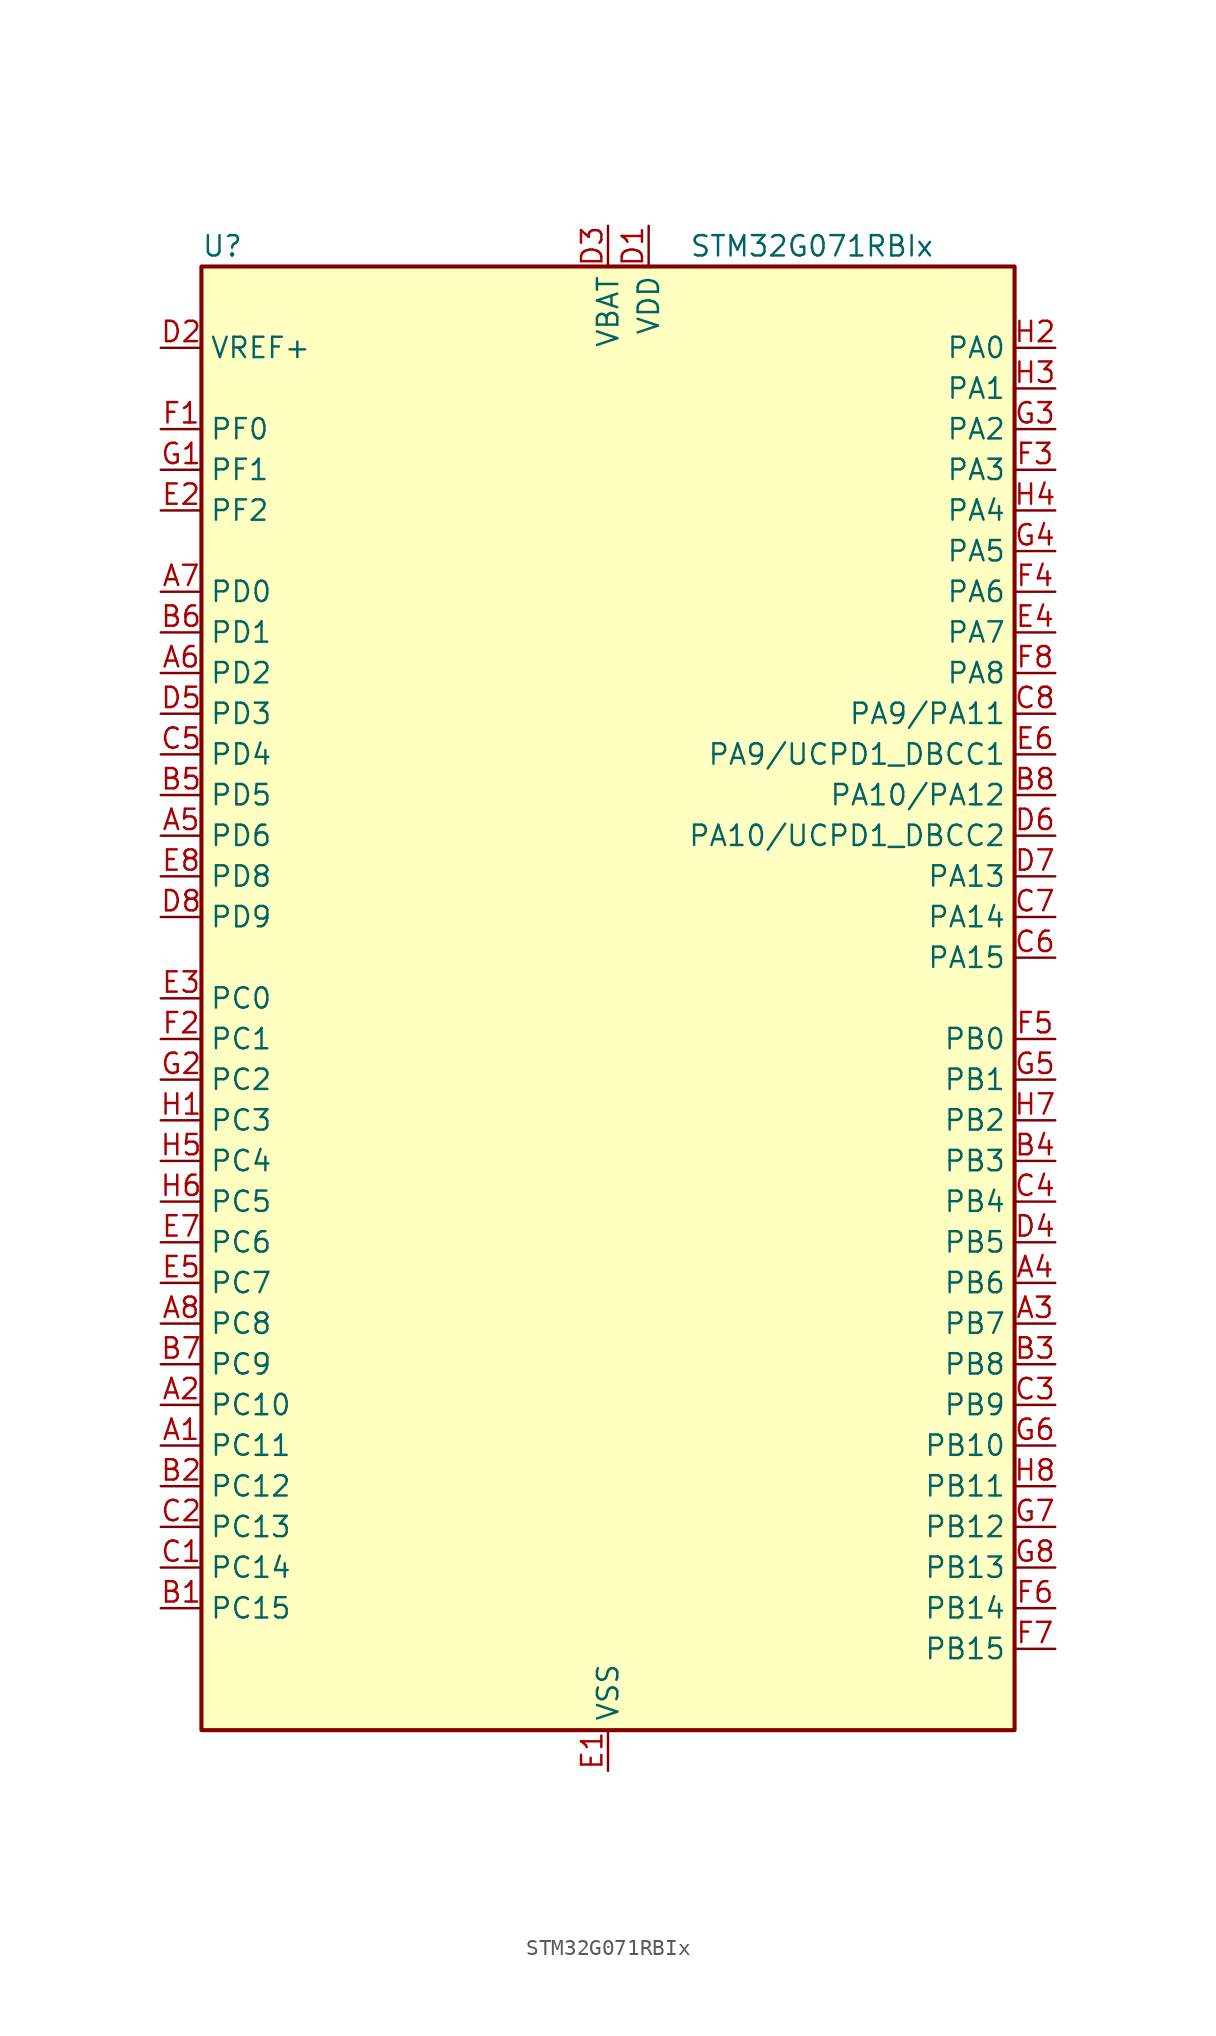
<source format=kicad_sym>
(kicad_symbol_lib
  (version 20231120)
  (generator "kicad-library-utils")
  (generator_version "8.0")
  (symbol "STM32G071RBIx"
    (property "Reference" "U"
      (at -25.4 46.99 0)
      (effects (font (size 1.27 1.27)) (justify left)))
    (property "Value" "STM32G071RBIx"
      (at 5.08 46.99 0)
      (effects (font (size 1.27 1.27)) (justify left)))
    (symbol "STM32G071RBIx_0_1"
      (rectangle (start -25.4 -45.72) (end 25.4 45.72) (stroke (width 0.254) (type default)) (fill (type background))))
    (symbol "STM32G071RBIx_1_1"
      (pin bidirectional line (at -27.94 -27.94 0) (length 2.54) (name "PC11" (effects (font (size 1.27 1.27)))) (number "A1" (effects (font (size 1.27 1.27)))) (alternate "ADC1_EXTI11" bidirectional line) (alternate "TIM1_CH4" bidirectional line) (alternate "USART3_RX" bidirectional line) (alternate "USART4_RX" bidirectional line))
      (pin bidirectional line (at -27.94 -25.4 0) (length 2.54) (name "PC10" (effects (font (size 1.27 1.27)))) (number "A2" (effects (font (size 1.27 1.27)))) (alternate "TIM1_CH3" bidirectional line) (alternate "USART3_TX" bidirectional line) (alternate "USART4_TX" bidirectional line))
      (pin bidirectional line (at 27.94 -20.32 180) (length 2.54) (name "PB7" (effects (font (size 1.27 1.27)))) (number "A3" (effects (font (size 1.27 1.27)))) (alternate "COMP2_INM" bidirectional line) (alternate "I2C1_SDA" bidirectional line) (alternate "LPTIM1_IN2" bidirectional line) (alternate "SPI2_MOSI" bidirectional line) (alternate "SYS_PVD_IN" bidirectional line) (alternate "TIM17_CH1N" bidirectional line) (alternate "USART1_RX" bidirectional line) (alternate "USART4_CTS" bidirectional line) (alternate "USART4_NSS" bidirectional line))
      (pin bidirectional line (at 27.94 -17.78 180) (length 2.54) (name "PB6" (effects (font (size 1.27 1.27)))) (number "A4" (effects (font (size 1.27 1.27)))) (alternate "COMP2_INP" bidirectional line) (alternate "I2C1_SCL" bidirectional line) (alternate "LPTIM1_ETR" bidirectional line) (alternate "SPI2_MISO" bidirectional line) (alternate "TIM16_CH1N" bidirectional line) (alternate "TIM1_CH3" bidirectional line) (alternate "USART1_TX" bidirectional line))
      (pin bidirectional line (at -27.94 10.16 0) (length 2.54) (name "PD6" (effects (font (size 1.27 1.27)))) (number "A5" (effects (font (size 1.27 1.27)))) (alternate "I2S1_SD" bidirectional line) (alternate "LPTIM2_OUT" bidirectional line) (alternate "SPI1_MOSI" bidirectional line) (alternate "USART2_RX" bidirectional line))
      (pin bidirectional line (at -27.94 20.32 0) (length 2.54) (name "PD2" (effects (font (size 1.27 1.27)))) (number "A6" (effects (font (size 1.27 1.27)))) (alternate "TIM1_CH1N" bidirectional line) (alternate "TIM3_ETR" bidirectional line) (alternate "UCPD2_CC2" bidirectional line) (alternate "USART3_CK" bidirectional line) (alternate "USART3_DE" bidirectional line) (alternate "USART3_RTS" bidirectional line))
      (pin bidirectional line (at -27.94 25.4 0) (length 2.54) (name "PD0" (effects (font (size 1.27 1.27)))) (number "A7" (effects (font (size 1.27 1.27)))) (alternate "SPI2_NSS" bidirectional line) (alternate "TIM16_CH1" bidirectional line) (alternate "UCPD2_CC1" bidirectional line))
      (pin bidirectional line (at -27.94 -20.32 0) (length 2.54) (name "PC8" (effects (font (size 1.27 1.27)))) (number "A8" (effects (font (size 1.27 1.27)))) (alternate "TIM1_CH1" bidirectional line) (alternate "TIM3_CH3" bidirectional line) (alternate "UCPD2_FRSTX1" bidirectional line) (alternate "UCPD2_FRSTX2" bidirectional line))
      (pin bidirectional line (at -27.94 -38.1 0) (length 2.54) (name "PC15" (effects (font (size 1.27 1.27)))) (number "B1" (effects (font (size 1.27 1.27)))) (alternate "RCC_OSC32_EN" bidirectional line) (alternate "RCC_OSC32_OUT" bidirectional line) (alternate "RCC_OSC_EN" bidirectional line) (alternate "TIM15_BK" bidirectional line))
      (pin bidirectional line (at -27.94 -30.48 0) (length 2.54) (name "PC12" (effects (font (size 1.27 1.27)))) (number "B2" (effects (font (size 1.27 1.27)))) (alternate "LPTIM1_IN1" bidirectional line) (alternate "TIM14_CH1" bidirectional line) (alternate "UCPD1_FRSTX1" bidirectional line) (alternate "UCPD1_FRSTX2" bidirectional line))
      (pin bidirectional line (at 27.94 -22.86 180) (length 2.54) (name "PB8" (effects (font (size 1.27 1.27)))) (number "B3" (effects (font (size 1.27 1.27)))) (alternate "CEC" bidirectional line) (alternate "I2C1_SCL" bidirectional line) (alternate "SPI2_SCK" bidirectional line) (alternate "TIM15_BK" bidirectional line) (alternate "TIM16_CH1" bidirectional line) (alternate "USART3_TX" bidirectional line))
      (pin bidirectional line (at 27.94 -10.16 180) (length 2.54) (name "PB3" (effects (font (size 1.27 1.27)))) (number "B4" (effects (font (size 1.27 1.27)))) (alternate "COMP2_INM" bidirectional line) (alternate "I2S1_CK" bidirectional line) (alternate "SPI1_SCK" bidirectional line) (alternate "TIM1_CH2" bidirectional line) (alternate "TIM2_CH2" bidirectional line) (alternate "USART1_CK" bidirectional line) (alternate "USART1_DE" bidirectional line) (alternate "USART1_RTS" bidirectional line))
      (pin bidirectional line (at -27.94 12.7 0) (length 2.54) (name "PD5" (effects (font (size 1.27 1.27)))) (number "B5" (effects (font (size 1.27 1.27)))) (alternate "I2S1_MCK" bidirectional line) (alternate "SPI1_MISO" bidirectional line) (alternate "TIM1_BK" bidirectional line) (alternate "USART2_TX" bidirectional line))
      (pin bidirectional line (at -27.94 22.86 0) (length 2.54) (name "PD1" (effects (font (size 1.27 1.27)))) (number "B6" (effects (font (size 1.27 1.27)))) (alternate "SPI2_SCK" bidirectional line) (alternate "TIM17_CH1" bidirectional line) (alternate "UCPD2_DBCC1" bidirectional line))
      (pin bidirectional line (at -27.94 -22.86 0) (length 2.54) (name "PC9" (effects (font (size 1.27 1.27)))) (number "B7" (effects (font (size 1.27 1.27)))) (alternate "DAC1_EXTI9" bidirectional line) (alternate "I2S_CKIN" bidirectional line) (alternate "TIM1_CH2" bidirectional line) (alternate "TIM3_CH4" bidirectional line))
      (pin bidirectional line (at 27.94 12.7 180) (length 2.54) (name "PA10/PA12" (effects (font (size 1.27 1.27)))) (number "B8" (effects (font (size 1.27 1.27)))) (alternate "PA10" bidirectional line) (alternate "I2C1_SDA (PA10)" bidirectional line) (alternate "SPI2_MOSI (PA10)" bidirectional line) (alternate "TIM17_BK (PA10)" bidirectional line) (alternate "TIM1_CH3 (PA10)" bidirectional line) (alternate "USART1_RX (PA10)" bidirectional line) (alternate "PA12" bidirectional line) (alternate "COMP2_OUT (PA12)" bidirectional line) (alternate "I2C2_SDA (PA12)" bidirectional line) (alternate "I2S1_SD (PA12)" bidirectional line) (alternate "I2S_CKIN (PA12)" bidirectional line) (alternate "SPI1_MOSI (PA12)" bidirectional line) (alternate "TIM1_ETR (PA12)" bidirectional line) (alternate "USART1_CK (PA12)" bidirectional line) (alternate "USART1_DE (PA12)" bidirectional line) (alternate "USART1_RTS (PA12)" bidirectional line))
      (pin bidirectional line (at -27.94 -35.56 0) (length 2.54) (name "PC14" (effects (font (size 1.27 1.27)))) (number "C1" (effects (font (size 1.27 1.27)))) (alternate "RCC_OSC32_IN" bidirectional line) (alternate "TIM1_BK2" bidirectional line))
      (pin bidirectional line (at -27.94 -33.02 0) (length 2.54) (name "PC13" (effects (font (size 1.27 1.27)))) (number "C2" (effects (font (size 1.27 1.27)))) (alternate "RTC_OUT_ALARM" bidirectional line) (alternate "RTC_OUT_CALIB" bidirectional line) (alternate "RTC_TAMP_IN1" bidirectional line) (alternate "RTC_TS" bidirectional line) (alternate "SYS_WKUP2" bidirectional line) (alternate "TIM1_BK" bidirectional line))
      (pin bidirectional line (at 27.94 -25.4 180) (length 2.54) (name "PB9" (effects (font (size 1.27 1.27)))) (number "C3" (effects (font (size 1.27 1.27)))) (alternate "DAC1_EXTI9" bidirectional line) (alternate "I2C1_SDA" bidirectional line) (alternate "IR_OUT" bidirectional line) (alternate "SPI2_NSS" bidirectional line) (alternate "TIM17_CH1" bidirectional line) (alternate "UCPD2_FRSTX1" bidirectional line) (alternate "UCPD2_FRSTX2" bidirectional line) (alternate "USART3_RX" bidirectional line))
      (pin bidirectional line (at 27.94 -12.7 180) (length 2.54) (name "PB4" (effects (font (size 1.27 1.27)))) (number "C4" (effects (font (size 1.27 1.27)))) (alternate "COMP2_INP" bidirectional line) (alternate "I2S1_MCK" bidirectional line) (alternate "SPI1_MISO" bidirectional line) (alternate "TIM17_BK" bidirectional line) (alternate "TIM3_CH1" bidirectional line) (alternate "USART1_CTS" bidirectional line) (alternate "USART1_NSS" bidirectional line))
      (pin bidirectional line (at -27.94 15.24 0) (length 2.54) (name "PD4" (effects (font (size 1.27 1.27)))) (number "C5" (effects (font (size 1.27 1.27)))) (alternate "SPI2_MOSI" bidirectional line) (alternate "TIM1_CH3N" bidirectional line) (alternate "USART2_CK" bidirectional line) (alternate "USART2_DE" bidirectional line) (alternate "USART2_RTS" bidirectional line))
      (pin bidirectional line (at 27.94 2.54 180) (length 2.54) (name "PA15" (effects (font (size 1.27 1.27)))) (number "C6" (effects (font (size 1.27 1.27)))) (alternate "I2S1_WS" bidirectional line) (alternate "SPI1_NSS" bidirectional line) (alternate "TIM2_CH1" bidirectional line) (alternate "TIM2_ETR" bidirectional line) (alternate "USART2_RX" bidirectional line) (alternate "USART3_CK" bidirectional line) (alternate "USART3_DE" bidirectional line) (alternate "USART3_RTS" bidirectional line) (alternate "USART4_CK" bidirectional line) (alternate "USART4_DE" bidirectional line) (alternate "USART4_RTS" bidirectional line))
      (pin bidirectional line (at 27.94 5.08 180) (length 2.54) (name "PA14" (effects (font (size 1.27 1.27)))) (number "C7" (effects (font (size 1.27 1.27)))) (alternate "SYS_SWCLK" bidirectional line) (alternate "USART2_TX" bidirectional line))
      (pin bidirectional line (at 27.94 17.78 180) (length 2.54) (name "PA9/PA11" (effects (font (size 1.27 1.27)))) (number "C8" (effects (font (size 1.27 1.27)))) (alternate "PA9" bidirectional line) (alternate "DAC1_EXTI9 (PA9)" bidirectional line) (alternate "I2C1_SCL (PA9)" bidirectional line) (alternate "RCC_MCO (PA9)" bidirectional line) (alternate "SPI2_MISO (PA9)" bidirectional line) (alternate "TIM15_BK (PA9)" bidirectional line) (alternate "TIM1_CH2 (PA9)" bidirectional line) (alternate "USART1_TX (PA9)" bidirectional line) (alternate "PA11" bidirectional line) (alternate "ADC1_EXTI11 (PA11)" bidirectional line) (alternate "COMP1_OUT (PA11)" bidirectional line) (alternate "I2C2_SCL (PA11)" bidirectional line) (alternate "I2S1_MCK (PA11)" bidirectional line) (alternate "SPI1_MISO (PA11)" bidirectional line) (alternate "TIM1_BK2 (PA11)" bidirectional line) (alternate "TIM1_CH4 (PA11)" bidirectional line) (alternate "USART1_CTS (PA11)" bidirectional line) (alternate "USART1_NSS (PA11)" bidirectional line))
      (pin power_in line (at 2.54 48.26 270) (length 2.54) (name "VDD" (effects (font (size 1.27 1.27)))) (number "D1" (effects (font (size 1.27 1.27)))))
      (pin input line (at -27.94 40.64 0) (length 2.54) (name "VREF+" (effects (font (size 1.27 1.27)))) (number "D2" (effects (font (size 1.27 1.27)))) (alternate "VREFBUF_OUT" bidirectional line))
      (pin power_in line (at 0 48.26 270) (length 2.54) (name "VBAT" (effects (font (size 1.27 1.27)))) (number "D3" (effects (font (size 1.27 1.27)))))
      (pin bidirectional line (at 27.94 -15.24 180) (length 2.54) (name "PB5" (effects (font (size 1.27 1.27)))) (number "D4" (effects (font (size 1.27 1.27)))) (alternate "COMP2_OUT" bidirectional line) (alternate "I2C1_SMBA" bidirectional line) (alternate "I2S1_SD" bidirectional line) (alternate "LPTIM1_IN1" bidirectional line) (alternate "SPI1_MOSI" bidirectional line) (alternate "SYS_WKUP6" bidirectional line) (alternate "TIM16_BK" bidirectional line) (alternate "TIM3_CH2" bidirectional line))
      (pin bidirectional line (at -27.94 17.78 0) (length 2.54) (name "PD3" (effects (font (size 1.27 1.27)))) (number "D5" (effects (font (size 1.27 1.27)))) (alternate "SPI2_MISO" bidirectional line) (alternate "TIM1_CH2N" bidirectional line) (alternate "UCPD2_DBCC2" bidirectional line) (alternate "USART2_CTS" bidirectional line) (alternate "USART2_NSS" bidirectional line))
      (pin bidirectional line (at 27.94 10.16 180) (length 2.54) (name "PA10/UCPD1_DBCC2" (effects (font (size 1.27 1.27)))) (number "D6" (effects (font (size 1.27 1.27)))) (alternate "PA10" bidirectional line) (alternate "I2C1_SDA (PA10)" bidirectional line) (alternate "SPI2_MOSI (PA10)" bidirectional line) (alternate "TIM17_BK (PA10)" bidirectional line) (alternate "TIM1_CH3 (PA10)" bidirectional line) (alternate "UCPD1_DBCC2 (PA10)" bidirectional line) (alternate "USART1_RX (PA10)" bidirectional line) (alternate "UCPD1_DBCC2" bidirectional line) (alternate "UCPD1_DBCC2 (UCPD1_DBCC2)" bidirectional line))
      (pin bidirectional line (at 27.94 7.62 180) (length 2.54) (name "PA13" (effects (font (size 1.27 1.27)))) (number "D7" (effects (font (size 1.27 1.27)))) (alternate "IR_OUT" bidirectional line) (alternate "SYS_SWDIO" bidirectional line))
      (pin bidirectional line (at -27.94 5.08 0) (length 2.54) (name "PD9" (effects (font (size 1.27 1.27)))) (number "D8" (effects (font (size 1.27 1.27)))) (alternate "DAC1_EXTI9" bidirectional line) (alternate "I2S1_WS" bidirectional line) (alternate "SPI1_NSS" bidirectional line) (alternate "TIM1_BK2" bidirectional line) (alternate "USART3_RX" bidirectional line))
      (pin power_in line (at 0 -48.26 90) (length 2.54) (name "VSS" (effects (font (size 1.27 1.27)))) (number "E1" (effects (font (size 1.27 1.27)))))
      (pin bidirectional line (at -27.94 30.48 0) (length 2.54) (name "PF2" (effects (font (size 1.27 1.27)))) (number "E2" (effects (font (size 1.27 1.27)))) (alternate "RCC_MCO" bidirectional line))
      (pin bidirectional line (at -27.94 0 0) (length 2.54) (name "PC0" (effects (font (size 1.27 1.27)))) (number "E3" (effects (font (size 1.27 1.27)))) (alternate "LPTIM1_IN1" bidirectional line) (alternate "LPTIM2_IN1" bidirectional line) (alternate "LPUART1_RX" bidirectional line))
      (pin bidirectional line (at 27.94 22.86 180) (length 2.54) (name "PA7" (effects (font (size 1.27 1.27)))) (number "E4" (effects (font (size 1.27 1.27)))) (alternate "ADC1_IN7" bidirectional line) (alternate "COMP2_OUT" bidirectional line) (alternate "I2S1_SD" bidirectional line) (alternate "SPI1_MOSI" bidirectional line) (alternate "TIM14_CH1" bidirectional line) (alternate "TIM17_CH1" bidirectional line) (alternate "TIM1_CH1N" bidirectional line) (alternate "TIM3_CH2" bidirectional line) (alternate "UCPD1_FRSTX1" bidirectional line) (alternate "UCPD1_FRSTX2" bidirectional line))
      (pin bidirectional line (at -27.94 -17.78 0) (length 2.54) (name "PC7" (effects (font (size 1.27 1.27)))) (number "E5" (effects (font (size 1.27 1.27)))) (alternate "TIM2_CH4" bidirectional line) (alternate "TIM3_CH2" bidirectional line) (alternate "UCPD2_FRSTX1" bidirectional line) (alternate "UCPD2_FRSTX2" bidirectional line))
      (pin bidirectional line (at 27.94 15.24 180) (length 2.54) (name "PA9/UCPD1_DBCC1" (effects (font (size 1.27 1.27)))) (number "E6" (effects (font (size 1.27 1.27)))) (alternate "PA9" bidirectional line) (alternate "DAC1_EXTI9 (PA9)" bidirectional line) (alternate "I2C1_SCL (PA9)" bidirectional line) (alternate "RCC_MCO (PA9)" bidirectional line) (alternate "SPI2_MISO (PA9)" bidirectional line) (alternate "TIM15_BK (PA9)" bidirectional line) (alternate "TIM1_CH2 (PA9)" bidirectional line) (alternate "UCPD1_DBCC1 (PA9)" bidirectional line) (alternate "USART1_TX (PA9)" bidirectional line) (alternate "UCPD1_DBCC1" bidirectional line) (alternate "UCPD1_DBCC1 (UCPD1_DBCC1)" bidirectional line))
      (pin bidirectional line (at -27.94 -15.24 0) (length 2.54) (name "PC6" (effects (font (size 1.27 1.27)))) (number "E7" (effects (font (size 1.27 1.27)))) (alternate "TIM2_CH3" bidirectional line) (alternate "TIM3_CH1" bidirectional line) (alternate "UCPD1_FRSTX1" bidirectional line) (alternate "UCPD1_FRSTX2" bidirectional line))
      (pin bidirectional line (at -27.94 7.62 0) (length 2.54) (name "PD8" (effects (font (size 1.27 1.27)))) (number "E8" (effects (font (size 1.27 1.27)))) (alternate "I2S1_CK" bidirectional line) (alternate "LPTIM1_OUT" bidirectional line) (alternate "SPI1_SCK" bidirectional line) (alternate "USART3_TX" bidirectional line))
      (pin bidirectional line (at -27.94 35.56 0) (length 2.54) (name "PF0" (effects (font (size 1.27 1.27)))) (number "F1" (effects (font (size 1.27 1.27)))) (alternate "RCC_OSC_IN" bidirectional line) (alternate "TIM14_CH1" bidirectional line))
      (pin bidirectional line (at -27.94 -2.54 0) (length 2.54) (name "PC1" (effects (font (size 1.27 1.27)))) (number "F2" (effects (font (size 1.27 1.27)))) (alternate "LPTIM1_OUT" bidirectional line) (alternate "LPUART1_TX" bidirectional line) (alternate "TIM15_CH1" bidirectional line))
      (pin bidirectional line (at 27.94 33.02 180) (length 2.54) (name "PA3" (effects (font (size 1.27 1.27)))) (number "F3" (effects (font (size 1.27 1.27)))) (alternate "ADC1_IN3" bidirectional line) (alternate "COMP2_INP" bidirectional line) (alternate "LPUART1_RX" bidirectional line) (alternate "SPI2_MISO" bidirectional line) (alternate "TIM15_CH2" bidirectional line) (alternate "TIM2_CH4" bidirectional line) (alternate "UCPD2_FRSTX1" bidirectional line) (alternate "UCPD2_FRSTX2" bidirectional line) (alternate "USART2_RX" bidirectional line))
      (pin bidirectional line (at 27.94 25.4 180) (length 2.54) (name "PA6" (effects (font (size 1.27 1.27)))) (number "F4" (effects (font (size 1.27 1.27)))) (alternate "ADC1_IN6" bidirectional line) (alternate "COMP1_OUT" bidirectional line) (alternate "I2S1_MCK" bidirectional line) (alternate "LPUART1_CTS" bidirectional line) (alternate "SPI1_MISO" bidirectional line) (alternate "TIM16_CH1" bidirectional line) (alternate "TIM1_BK" bidirectional line) (alternate "TIM3_CH1" bidirectional line) (alternate "USART3_CTS" bidirectional line) (alternate "USART3_NSS" bidirectional line))
      (pin bidirectional line (at 27.94 -2.54 180) (length 2.54) (name "PB0" (effects (font (size 1.27 1.27)))) (number "F5" (effects (font (size 1.27 1.27)))) (alternate "ADC1_IN8" bidirectional line) (alternate "COMP1_OUT" bidirectional line) (alternate "I2S1_WS" bidirectional line) (alternate "LPTIM1_OUT" bidirectional line) (alternate "SPI1_NSS" bidirectional line) (alternate "TIM1_CH2N" bidirectional line) (alternate "TIM3_CH3" bidirectional line) (alternate "UCPD1_FRSTX1" bidirectional line) (alternate "UCPD1_FRSTX2" bidirectional line) (alternate "USART3_RX" bidirectional line))
      (pin bidirectional line (at 27.94 -38.1 180) (length 2.54) (name "PB14" (effects (font (size 1.27 1.27)))) (number "F6" (effects (font (size 1.27 1.27)))) (alternate "I2C2_SDA" bidirectional line) (alternate "SPI2_MISO" bidirectional line) (alternate "TIM15_CH1" bidirectional line) (alternate "TIM1_CH2N" bidirectional line) (alternate "UCPD1_FRSTX1" bidirectional line) (alternate "UCPD1_FRSTX2" bidirectional line) (alternate "USART3_CK" bidirectional line) (alternate "USART3_DE" bidirectional line) (alternate "USART3_RTS" bidirectional line))
      (pin bidirectional line (at 27.94 -40.64 180) (length 2.54) (name "PB15" (effects (font (size 1.27 1.27)))) (number "F7" (effects (font (size 1.27 1.27)))) (alternate "RTC_REFIN" bidirectional line) (alternate "SPI2_MOSI" bidirectional line) (alternate "TIM15_CH1N" bidirectional line) (alternate "TIM15_CH2" bidirectional line) (alternate "TIM1_CH3N" bidirectional line) (alternate "UCPD1_CC2" bidirectional line))
      (pin bidirectional line (at 27.94 20.32 180) (length 2.54) (name "PA8" (effects (font (size 1.27 1.27)))) (number "F8" (effects (font (size 1.27 1.27)))) (alternate "LPTIM2_OUT" bidirectional line) (alternate "RCC_MCO" bidirectional line) (alternate "SPI2_NSS" bidirectional line) (alternate "TIM1_CH1" bidirectional line) (alternate "UCPD1_CC1" bidirectional line))
      (pin bidirectional line (at -27.94 33.02 0) (length 2.54) (name "PF1" (effects (font (size 1.27 1.27)))) (number "G1" (effects (font (size 1.27 1.27)))) (alternate "RCC_OSC_EN" bidirectional line) (alternate "RCC_OSC_OUT" bidirectional line) (alternate "TIM15_CH1N" bidirectional line))
      (pin bidirectional line (at -27.94 -5.08 0) (length 2.54) (name "PC2" (effects (font (size 1.27 1.27)))) (number "G2" (effects (font (size 1.27 1.27)))) (alternate "LPTIM1_IN2" bidirectional line) (alternate "SPI2_MISO" bidirectional line) (alternate "TIM15_CH2" bidirectional line))
      (pin bidirectional line (at 27.94 35.56 180) (length 2.54) (name "PA2" (effects (font (size 1.27 1.27)))) (number "G3" (effects (font (size 1.27 1.27)))) (alternate "ADC1_IN2" bidirectional line) (alternate "COMP2_INM" bidirectional line) (alternate "COMP2_OUT" bidirectional line) (alternate "I2S1_SD" bidirectional line) (alternate "LPUART1_TX" bidirectional line) (alternate "RCC_LSCO" bidirectional line) (alternate "SPI1_MOSI" bidirectional line) (alternate "SYS_WKUP4" bidirectional line) (alternate "TIM15_CH1" bidirectional line) (alternate "TIM2_CH3" bidirectional line) (alternate "UCPD1_FRSTX1" bidirectional line) (alternate "UCPD1_FRSTX2" bidirectional line) (alternate "USART2_TX" bidirectional line))
      (pin bidirectional line (at 27.94 27.94 180) (length 2.54) (name "PA5" (effects (font (size 1.27 1.27)))) (number "G4" (effects (font (size 1.27 1.27)))) (alternate "ADC1_IN5" bidirectional line) (alternate "CEC" bidirectional line) (alternate "DAC1_OUT2" bidirectional line) (alternate "I2S1_CK" bidirectional line) (alternate "LPTIM2_ETR" bidirectional line) (alternate "SPI1_SCK" bidirectional line) (alternate "TIM2_CH1" bidirectional line) (alternate "TIM2_ETR" bidirectional line) (alternate "UCPD1_FRSTX1" bidirectional line) (alternate "UCPD1_FRSTX2" bidirectional line) (alternate "USART3_TX" bidirectional line))
      (pin bidirectional line (at 27.94 -5.08 180) (length 2.54) (name "PB1" (effects (font (size 1.27 1.27)))) (number "G5" (effects (font (size 1.27 1.27)))) (alternate "ADC1_IN9" bidirectional line) (alternate "COMP1_INM" bidirectional line) (alternate "LPTIM2_IN1" bidirectional line) (alternate "LPUART1_DE" bidirectional line) (alternate "LPUART1_RTS" bidirectional line) (alternate "TIM14_CH1" bidirectional line) (alternate "TIM1_CH3N" bidirectional line) (alternate "TIM3_CH4" bidirectional line) (alternate "USART3_CK" bidirectional line) (alternate "USART3_DE" bidirectional line) (alternate "USART3_RTS" bidirectional line))
      (pin bidirectional line (at 27.94 -27.94 180) (length 2.54) (name "PB10" (effects (font (size 1.27 1.27)))) (number "G6" (effects (font (size 1.27 1.27)))) (alternate "ADC1_IN11" bidirectional line) (alternate "CEC" bidirectional line) (alternate "COMP1_OUT" bidirectional line) (alternate "I2C2_SCL" bidirectional line) (alternate "LPUART1_RX" bidirectional line) (alternate "SPI2_SCK" bidirectional line) (alternate "TIM2_CH3" bidirectional line) (alternate "USART3_TX" bidirectional line))
      (pin bidirectional line (at 27.94 -33.02 180) (length 2.54) (name "PB12" (effects (font (size 1.27 1.27)))) (number "G7" (effects (font (size 1.27 1.27)))) (alternate "ADC1_IN16" bidirectional line) (alternate "LPUART1_DE" bidirectional line) (alternate "LPUART1_RTS" bidirectional line) (alternate "SPI2_NSS" bidirectional line) (alternate "TIM15_BK" bidirectional line) (alternate "TIM1_BK" bidirectional line) (alternate "UCPD2_FRSTX1" bidirectional line) (alternate "UCPD2_FRSTX2" bidirectional line))
      (pin bidirectional line (at 27.94 -35.56 180) (length 2.54) (name "PB13" (effects (font (size 1.27 1.27)))) (number "G8" (effects (font (size 1.27 1.27)))) (alternate "I2C2_SCL" bidirectional line) (alternate "LPUART1_CTS" bidirectional line) (alternate "SPI2_SCK" bidirectional line) (alternate "TIM15_CH1N" bidirectional line) (alternate "TIM1_CH1N" bidirectional line) (alternate "USART3_CTS" bidirectional line) (alternate "USART3_NSS" bidirectional line))
      (pin bidirectional line (at -27.94 -7.62 0) (length 2.54) (name "PC3" (effects (font (size 1.27 1.27)))) (number "H1" (effects (font (size 1.27 1.27)))) (alternate "LPTIM1_ETR" bidirectional line) (alternate "LPTIM2_ETR" bidirectional line) (alternate "SPI2_MOSI" bidirectional line))
      (pin bidirectional line (at 27.94 40.64 180) (length 2.54) (name "PA0" (effects (font (size 1.27 1.27)))) (number "H2" (effects (font (size 1.27 1.27)))) (alternate "ADC1_IN0" bidirectional line) (alternate "COMP1_INM" bidirectional line) (alternate "COMP1_OUT" bidirectional line) (alternate "LPTIM1_OUT" bidirectional line) (alternate "RTC_TAMP_IN2" bidirectional line) (alternate "SPI2_SCK" bidirectional line) (alternate "SYS_WKUP1" bidirectional line) (alternate "TIM2_CH1" bidirectional line) (alternate "TIM2_ETR" bidirectional line) (alternate "UCPD2_FRSTX1" bidirectional line) (alternate "UCPD2_FRSTX2" bidirectional line) (alternate "USART2_CTS" bidirectional line) (alternate "USART2_NSS" bidirectional line) (alternate "USART4_TX" bidirectional line))
      (pin bidirectional line (at 27.94 38.1 180) (length 2.54) (name "PA1" (effects (font (size 1.27 1.27)))) (number "H3" (effects (font (size 1.27 1.27)))) (alternate "ADC1_IN1" bidirectional line) (alternate "COMP1_INP" bidirectional line) (alternate "I2C1_SMBA" bidirectional line) (alternate "I2S1_CK" bidirectional line) (alternate "SPI1_SCK" bidirectional line) (alternate "TIM15_CH1N" bidirectional line) (alternate "TIM2_CH2" bidirectional line) (alternate "USART2_CK" bidirectional line) (alternate "USART2_DE" bidirectional line) (alternate "USART2_RTS" bidirectional line) (alternate "USART4_RX" bidirectional line))
      (pin bidirectional line (at 27.94 30.48 180) (length 2.54) (name "PA4" (effects (font (size 1.27 1.27)))) (number "H4" (effects (font (size 1.27 1.27)))) (alternate "ADC1_IN4" bidirectional line) (alternate "DAC1_OUT1" bidirectional line) (alternate "I2S1_WS" bidirectional line) (alternate "LPTIM2_OUT" bidirectional line) (alternate "RTC_OUT_ALARM" bidirectional line) (alternate "RTC_OUT_CALIB" bidirectional line) (alternate "SPI1_NSS" bidirectional line) (alternate "SPI2_MOSI" bidirectional line) (alternate "TIM14_CH1" bidirectional line) (alternate "UCPD2_FRSTX1" bidirectional line) (alternate "UCPD2_FRSTX2" bidirectional line))
      (pin bidirectional line (at -27.94 -10.16 0) (length 2.54) (name "PC4" (effects (font (size 1.27 1.27)))) (number "H5" (effects (font (size 1.27 1.27)))) (alternate "ADC1_IN17" bidirectional line) (alternate "COMP1_INM" bidirectional line) (alternate "TIM2_CH1" bidirectional line) (alternate "TIM2_ETR" bidirectional line) (alternate "USART1_TX" bidirectional line) (alternate "USART3_TX" bidirectional line))
      (pin bidirectional line (at -27.94 -12.7 0) (length 2.54) (name "PC5" (effects (font (size 1.27 1.27)))) (number "H6" (effects (font (size 1.27 1.27)))) (alternate "ADC1_IN18" bidirectional line) (alternate "COMP1_INP" bidirectional line) (alternate "SYS_WKUP5" bidirectional line) (alternate "TIM2_CH2" bidirectional line) (alternate "USART1_RX" bidirectional line) (alternate "USART3_RX" bidirectional line))
      (pin bidirectional line (at 27.94 -7.62 180) (length 2.54) (name "PB2" (effects (font (size 1.27 1.27)))) (number "H7" (effects (font (size 1.27 1.27)))) (alternate "ADC1_IN10" bidirectional line) (alternate "COMP1_INP" bidirectional line) (alternate "LPTIM1_OUT" bidirectional line) (alternate "SPI2_MISO" bidirectional line) (alternate "USART3_TX" bidirectional line))
      (pin bidirectional line (at 27.94 -30.48 180) (length 2.54) (name "PB11" (effects (font (size 1.27 1.27)))) (number "H8" (effects (font (size 1.27 1.27)))) (alternate "ADC1_EXTI11" bidirectional line) (alternate "ADC1_IN15" bidirectional line) (alternate "COMP2_OUT" bidirectional line) (alternate "I2C2_SDA" bidirectional line) (alternate "LPUART1_TX" bidirectional line) (alternate "SPI2_MOSI" bidirectional line) (alternate "TIM2_CH4" bidirectional line) (alternate "USART3_RX" bidirectional line)))))
</source>
